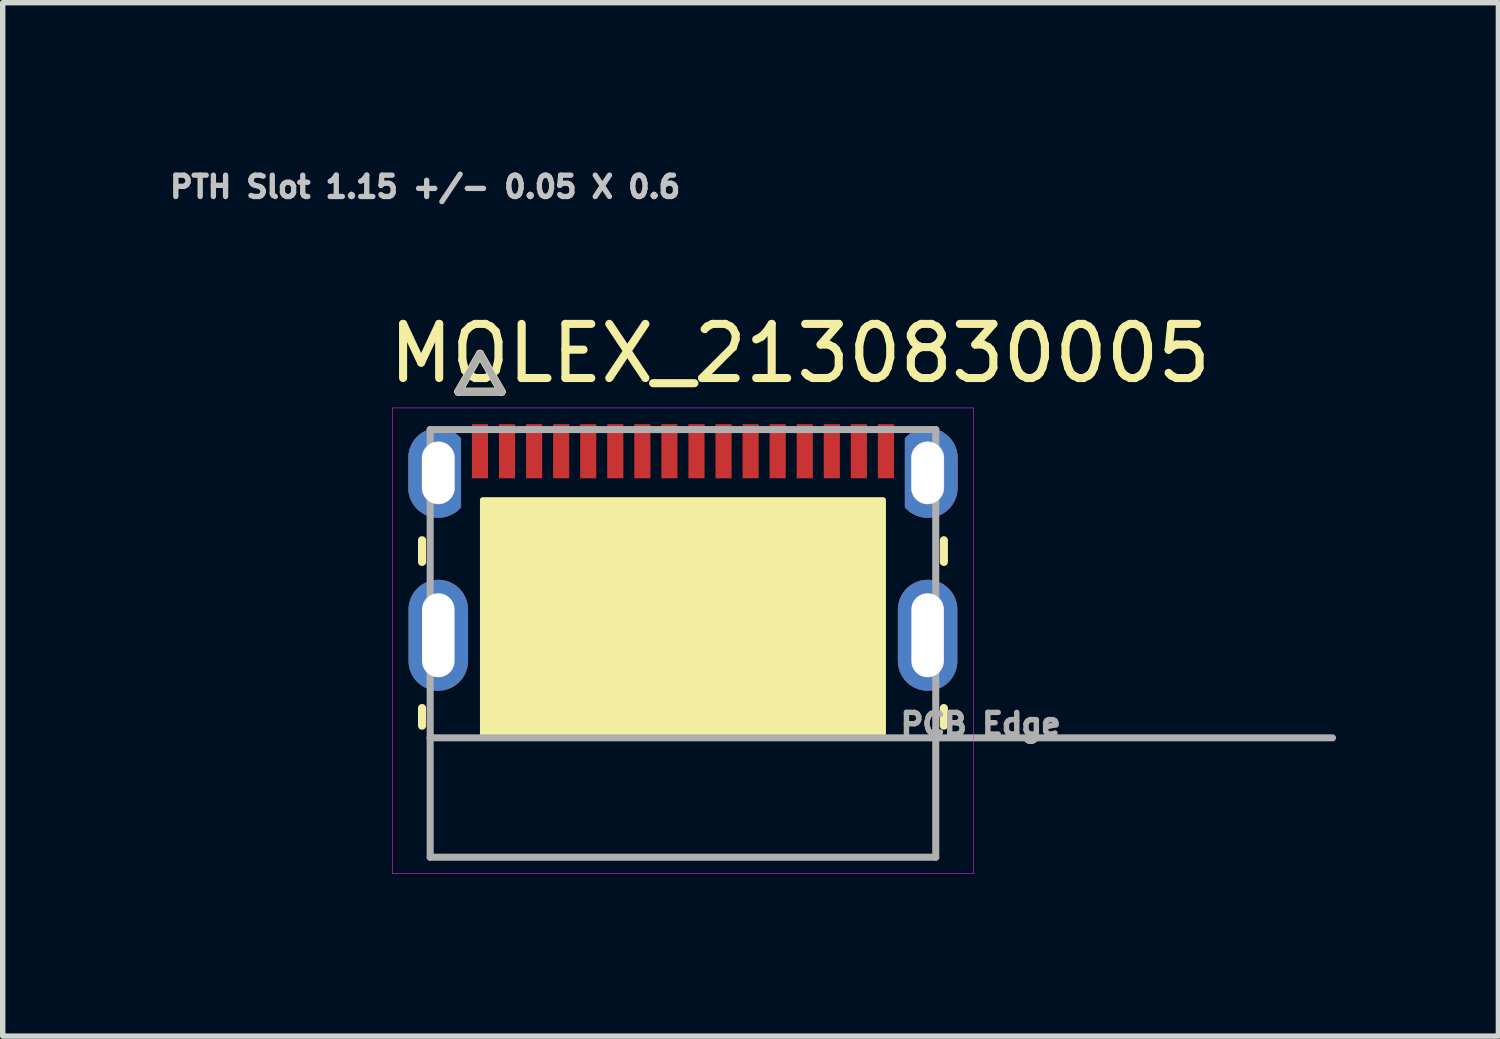
<source format=kicad_pcb>
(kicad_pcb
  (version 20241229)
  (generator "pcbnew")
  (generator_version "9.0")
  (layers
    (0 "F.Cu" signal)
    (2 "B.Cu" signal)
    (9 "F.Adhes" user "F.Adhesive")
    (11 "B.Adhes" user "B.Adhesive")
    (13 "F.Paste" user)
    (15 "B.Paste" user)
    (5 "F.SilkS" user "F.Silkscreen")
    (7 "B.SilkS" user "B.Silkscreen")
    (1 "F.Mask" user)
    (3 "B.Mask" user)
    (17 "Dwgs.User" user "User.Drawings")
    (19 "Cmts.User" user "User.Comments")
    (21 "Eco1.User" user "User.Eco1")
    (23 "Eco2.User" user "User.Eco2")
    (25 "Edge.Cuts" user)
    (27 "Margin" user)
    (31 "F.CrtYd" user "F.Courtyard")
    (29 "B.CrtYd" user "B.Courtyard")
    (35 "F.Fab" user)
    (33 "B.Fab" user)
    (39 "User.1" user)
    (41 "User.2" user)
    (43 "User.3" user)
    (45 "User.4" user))
  (footprint "MOLEX_2130830005"
    (layer "F.Cu")
    (at 9.567 8.686)
    (property "Reference" "MOLEX_2130830005" (at 2.163 -5.207 0) (layer "F.SilkS") (effects (font (size 1 1) (thickness 0.15))))
    (attr smd)
    (fp_poly (pts (xy -4.52 -3.825) (xy -4.549 -3.824) (xy -4.577 -3.822) (xy -4.606 -3.818) (xy -4.634 -3.813) (xy -4.662 -3.806) (xy -4.69 -3.798) (xy -4.717 -3.788) (xy -4.744 -3.777) (xy -4.77 -3.765) (xy -4.795 -3.751) (xy -4.82 -3.736) (xy -4.843 -3.72) (xy -4.866 -3.702) (xy -4.888 -3.684) (xy -4.909 -3.664) (xy -4.929 -3.643) (xy -4.947 -3.621) (xy -4.965 -3.598) (xy -4.981 -3.575) (xy -4.996 -3.55) (xy -5.01 -3.525) (xy -5.022 -3.499) (xy -5.033 -3.472) (xy -5.043 -3.445) (xy -5.051 -3.417) (xy -5.058 -3.389) (xy -5.063 -3.361) (xy -5.067 -3.332) (xy -5.069 -3.304) (xy -5.07 -3.275) (xy -5.07 -2.725) (xy -5.069 -2.696) (xy -5.067 -2.668) (xy -5.063 -2.639) (xy -5.058 -2.611) (xy -5.051 -2.583) (xy -5.043 -2.555) (xy -5.033 -2.528) (xy -5.022 -2.501) (xy -5.01 -2.475) (xy -4.996 -2.45) (xy -4.981 -2.425) (xy -4.965 -2.402) (xy -4.947 -2.379) (xy -4.929 -2.357) (xy -4.909 -2.336) (xy -4.888 -2.316) (xy -4.866 -2.298) (xy -4.843 -2.28) (xy -4.82 -2.264) (xy -4.795 -2.249) (xy -4.77 -2.235) (xy -4.744 -2.223) (xy -4.717 -2.212) (xy -4.69 -2.202) (xy -4.662 -2.194) (xy -4.634 -2.187) (xy -4.606 -2.182) (xy -4.577 -2.178) (xy -4.549 -2.176) (xy -4.52 -2.175) (xy -4.504 -2.175) (xy -4.489 -2.176) (xy -4.473 -2.177) (xy -4.457 -2.179) (xy -4.442 -2.181) (xy -4.426 -2.183) (xy -4.411 -2.186) (xy -4.396 -2.189) (xy -4.38 -2.193) (xy -4.365 -2.197) (xy -4.35 -2.202) (xy -4.336 -2.207) (xy -4.321 -2.212) (xy -4.306 -2.218) (xy -4.292 -2.225) (xy -4.278 -2.231) (xy -4.264 -2.238) (xy -4.25 -2.246) (xy -4.236 -2.254) (xy -4.223 -2.262) (xy -4.21 -2.271) (xy -4.197 -2.28) (xy -4.185 -2.289) (xy -4.172 -2.299) (xy -4.16 -2.309) (xy -4.149 -2.319) (xy -4.137 -2.33) (xy -4.126 -2.341) (xy -4.115 -2.352) (xy -4.104 -2.365) (xy -4.104 -3.635) (xy -4.115 -3.648) (xy -4.126 -3.659) (xy -4.137 -3.67) (xy -4.149 -3.681) (xy -4.16 -3.691) (xy -4.172 -3.701) (xy -4.185 -3.711) (xy -4.197 -3.72) (xy -4.21 -3.729) (xy -4.223 -3.738) (xy -4.236 -3.746) (xy -4.25 -3.754) (xy -4.264 -3.762) (xy -4.278 -3.769) (xy -4.292 -3.775) (xy -4.306 -3.782) (xy -4.321 -3.788) (xy -4.336 -3.793) (xy -4.35 -3.798) (xy -4.365 -3.803) (xy -4.38 -3.807) (xy -4.396 -3.811) (xy -4.411 -3.814) (xy -4.426 -3.817) (xy -4.442 -3.819) (xy -4.457 -3.821) (xy -4.473 -3.823) (xy -4.489 -3.824) (xy -4.504 -3.825) (xy -4.52 -3.825)) (stroke (width 0.01) (type solid)) (fill yes) (layer "F.Cu"))
    (fp_poly (pts (xy 4.52 -3.825) (xy 4.549 -3.824) (xy 4.577 -3.822) (xy 4.606 -3.818) (xy 4.634 -3.813) (xy 4.662 -3.806) (xy 4.69 -3.798) (xy 4.717 -3.788) (xy 4.744 -3.777) (xy 4.77 -3.765) (xy 4.795 -3.751) (xy 4.82 -3.736) (xy 4.843 -3.72) (xy 4.866 -3.702) (xy 4.888 -3.684) (xy 4.909 -3.664) (xy 4.929 -3.643) (xy 4.947 -3.621) (xy 4.965 -3.598) (xy 4.981 -3.575) (xy 4.996 -3.55) (xy 5.01 -3.525) (xy 5.022 -3.499) (xy 5.033 -3.472) (xy 5.043 -3.445) (xy 5.051 -3.417) (xy 5.058 -3.389) (xy 5.063 -3.361) (xy 5.067 -3.332) (xy 5.069 -3.304) (xy 5.07 -3.275) (xy 5.07 -2.725) (xy 5.069 -2.696) (xy 5.067 -2.668) (xy 5.063 -2.639) (xy 5.058 -2.611) (xy 5.051 -2.583) (xy 5.043 -2.555) (xy 5.033 -2.528) (xy 5.022 -2.501) (xy 5.01 -2.475) (xy 4.996 -2.45) (xy 4.981 -2.425) (xy 4.965 -2.402) (xy 4.947 -2.379) (xy 4.929 -2.357) (xy 4.909 -2.336) (xy 4.888 -2.316) (xy 4.866 -2.298) (xy 4.843 -2.28) (xy 4.82 -2.264) (xy 4.795 -2.249) (xy 4.77 -2.235) (xy 4.744 -2.223) (xy 4.717 -2.212) (xy 4.69 -2.202) (xy 4.662 -2.194) (xy 4.634 -2.187) (xy 4.606 -2.182) (xy 4.577 -2.178) (xy 4.549 -2.176) (xy 4.52 -2.175) (xy 4.504 -2.175) (xy 4.489 -2.176) (xy 4.473 -2.177) (xy 4.457 -2.179) (xy 4.442 -2.181) (xy 4.426 -2.183) (xy 4.411 -2.186) (xy 4.396 -2.189) (xy 4.38 -2.193) (xy 4.365 -2.197) (xy 4.35 -2.202) (xy 4.336 -2.207) (xy 4.321 -2.212) (xy 4.306 -2.218) (xy 4.292 -2.225) (xy 4.278 -2.231) (xy 4.264 -2.238) (xy 4.25 -2.246) (xy 4.236 -2.254) (xy 4.223 -2.262) (xy 4.21 -2.271) (xy 4.197 -2.28) (xy 4.185 -2.289) (xy 4.172 -2.299) (xy 4.16 -2.309) (xy 4.149 -2.319) (xy 4.137 -2.33) (xy 4.126 -2.341) (xy 4.115 -2.352) (xy 4.104 -2.365) (xy 4.104 -3.635) (xy 4.115 -3.648) (xy 4.126 -3.659) (xy 4.137 -3.67) (xy 4.149 -3.681) (xy 4.16 -3.691) (xy 4.172 -3.701) (xy 4.185 -3.711) (xy 4.197 -3.72) (xy 4.21 -3.729) (xy 4.223 -3.738) (xy 4.236 -3.746) (xy 4.25 -3.754) (xy 4.264 -3.762) (xy 4.278 -3.769) (xy 4.292 -3.775) (xy 4.306 -3.782) (xy 4.321 -3.788) (xy 4.336 -3.793) (xy 4.35 -3.798) (xy 4.365 -3.803) (xy 4.38 -3.807) (xy 4.396 -3.811) (xy 4.411 -3.814) (xy 4.426 -3.817) (xy 4.442 -3.819) (xy 4.457 -3.821) (xy 4.473 -3.823) (xy 4.489 -3.824) (xy 4.504 -3.825) (xy 4.52 -3.825)) (stroke (width 0.01) (type solid)) (fill yes) (layer "F.Cu"))
    (fp_poly (pts (xy -3.962 -3.963) (xy -3.538 -3.963) (xy -3.538 -2.837) (xy -3.962 -2.837)) (stroke (width 0.01) (type solid)) (fill yes) (layer "F.Mask"))
    (fp_poly (pts (xy -3.462 -3.963) (xy -3.038 -3.963) (xy -3.038 -2.837) (xy -3.462 -2.837)) (stroke (width 0.01) (type solid)) (fill yes) (layer "F.Mask"))
    (fp_poly (pts (xy -2.962 -3.963) (xy -2.538 -3.963) (xy -2.538 -2.837) (xy -2.962 -2.837)) (stroke (width 0.01) (type solid)) (fill yes) (layer "F.Mask"))
    (fp_poly (pts (xy -2.462 -3.963) (xy -2.038 -3.963) (xy -2.038 -2.837) (xy -2.462 -2.837)) (stroke (width 0.01) (type solid)) (fill yes) (layer "F.Mask"))
    (fp_poly (pts (xy -1.962 -3.963) (xy -1.538 -3.963) (xy -1.538 -2.837) (xy -1.962 -2.837)) (stroke (width 0.01) (type solid)) (fill yes) (layer "F.Mask"))
    (fp_poly (pts (xy -1.462 -3.963) (xy -1.038 -3.963) (xy -1.038 -2.837) (xy -1.462 -2.837)) (stroke (width 0.01) (type solid)) (fill yes) (layer "F.Mask"))
    (fp_poly (pts (xy -0.963 -3.963) (xy -0.537 -3.963) (xy -0.537 -2.837) (xy -0.963 -2.837)) (stroke (width 0.01) (type solid)) (fill yes) (layer "F.Mask"))
    (fp_poly (pts (xy -0.463 -3.963) (xy -0.037 -3.963) (xy -0.037 -2.837) (xy -0.463 -2.837)) (stroke (width 0.01) (type solid)) (fill yes) (layer "F.Mask"))
    (fp_poly (pts (xy 0.037 -3.963) (xy 0.463 -3.963) (xy 0.463 -2.837) (xy 0.037 -2.837)) (stroke (width 0.01) (type solid)) (fill yes) (layer "F.Mask"))
    (fp_poly (pts (xy 0.537 -3.963) (xy 0.963 -3.963) (xy 0.963 -2.837) (xy 0.537 -2.837)) (stroke (width 0.01) (type solid)) (fill yes) (layer "F.Mask"))
    (fp_poly (pts (xy 1.038 -3.963) (xy 1.462 -3.963) (xy 1.462 -2.837) (xy 1.038 -2.837)) (stroke (width 0.01) (type solid)) (fill yes) (layer "F.Mask"))
    (fp_poly (pts (xy 1.538 -3.963) (xy 1.962 -3.963) (xy 1.962 -2.837) (xy 1.538 -2.837)) (stroke (width 0.01) (type solid)) (fill yes) (layer "F.Mask"))
    (fp_poly (pts (xy 2.038 -3.963) (xy 2.462 -3.963) (xy 2.462 -2.837) (xy 2.038 -2.837)) (stroke (width 0.01) (type solid)) (fill yes) (layer "F.Mask"))
    (fp_poly (pts (xy 2.538 -3.963) (xy 2.962 -3.963) (xy 2.962 -2.837) (xy 2.538 -2.837)) (stroke (width 0.01) (type solid)) (fill yes) (layer "F.Mask"))
    (fp_poly (pts (xy 3.038 -3.963) (xy 3.462 -3.963) (xy 3.462 -2.837) (xy 3.038 -2.837)) (stroke (width 0.01) (type solid)) (fill yes) (layer "F.Mask"))
    (fp_poly (pts (xy 3.538 -3.963) (xy 3.962 -3.963) (xy 3.962 -2.837) (xy 3.538 -2.837)) (stroke (width 0.01) (type solid)) (fill yes) (layer "F.Mask"))
    (fp_poly (pts (xy -4.52 -3.889) (xy -4.552 -3.888) (xy -4.584 -3.885) (xy -4.616 -3.881) (xy -4.648 -3.875) (xy -4.679 -3.868) (xy -4.71 -3.858) (xy -4.74 -3.848) (xy -4.77 -3.835) (xy -4.799 -3.822) (xy -4.827 -3.806) (xy -4.854 -3.79) (xy -4.881 -3.771) (xy -4.906 -3.752) (xy -4.931 -3.731) (xy -4.954 -3.709) (xy -4.976 -3.686) (xy -4.997 -3.661) (xy -5.016 -3.636) (xy -5.035 -3.609) (xy -5.051 -3.582) (xy -5.067 -3.554) (xy -5.08 -3.525) (xy -5.093 -3.495) (xy -5.103 -3.465) (xy -5.113 -3.434) (xy -5.12 -3.403) (xy -5.126 -3.371) (xy -5.13 -3.339) (xy -5.133 -3.307) (xy -5.133 -3.275) (xy -5.133 -2.725) (xy -5.133 -2.693) (xy -5.13 -2.661) (xy -5.126 -2.629) (xy -5.12 -2.597) (xy -5.113 -2.566) (xy -5.103 -2.535) (xy -5.093 -2.505) (xy -5.08 -2.475) (xy -5.067 -2.446) (xy -5.051 -2.418) (xy -5.035 -2.391) (xy -5.016 -2.364) (xy -4.997 -2.339) (xy -4.976 -2.314) (xy -4.954 -2.291) (xy -4.931 -2.269) (xy -4.906 -2.248) (xy -4.881 -2.229) (xy -4.854 -2.21) (xy -4.827 -2.194) (xy -4.799 -2.178) (xy -4.77 -2.165) (xy -4.74 -2.152) (xy -4.71 -2.142) (xy -4.679 -2.132) (xy -4.648 -2.125) (xy -4.616 -2.119) (xy -4.584 -2.115) (xy -4.552 -2.112) (xy -4.52 -2.111) (xy -4.502 -2.112) (xy -4.484 -2.113) (xy -4.465 -2.114) (xy -4.447 -2.116) (xy -4.429 -2.118) (xy -4.411 -2.121) (xy -4.393 -2.125) (xy -4.376 -2.129) (xy -4.358 -2.133) (xy -4.341 -2.138) (xy -4.323 -2.144) (xy -4.306 -2.15) (xy -4.289 -2.157) (xy -4.272 -2.164) (xy -4.256 -2.171) (xy -4.24 -2.179) (xy -4.224 -2.188) (xy -4.208 -2.197) (xy -4.192 -2.206) (xy -4.177 -2.216) (xy -4.162 -2.227) (xy -4.147 -2.238) (xy -4.133 -2.249) (xy -4.119 -2.261) (xy -4.106 -2.273) (xy -4.092 -2.285) (xy -4.079 -2.298) (xy -4.067 -2.311) (xy -4.055 -2.325) (xy -4.04 -2.342) (xy -4.04 -3.658) (xy -4.055 -3.675) (xy -4.067 -3.689) (xy -4.079 -3.702) (xy -4.092 -3.715) (xy -4.106 -3.727) (xy -4.119 -3.739) (xy -4.133 -3.751) (xy -4.147 -3.762) (xy -4.162 -3.773) (xy -4.177 -3.784) (xy -4.192 -3.794) (xy -4.208 -3.803) (xy -4.224 -3.812) (xy -4.24 -3.821) (xy -4.256 -3.829) (xy -4.272 -3.836) (xy -4.289 -3.843) (xy -4.306 -3.85) (xy -4.323 -3.856) (xy -4.341 -3.862) (xy -4.358 -3.867) (xy -4.376 -3.871) (xy -4.393 -3.875) (xy -4.411 -3.879) (xy -4.429 -3.882) (xy -4.447 -3.884) (xy -4.465 -3.886) (xy -4.484 -3.887) (xy -4.502 -3.888) (xy -4.52 -3.889) (xy -4.52 -3.889)) (stroke (width 0.01) (type solid)) (fill yes) (layer "F.Mask"))
    (fp_poly (pts (xy 4.52 -3.889) (xy 4.552 -3.888) (xy 4.584 -3.885) (xy 4.616 -3.881) (xy 4.648 -3.875) (xy 4.679 -3.868) (xy 4.71 -3.858) (xy 4.74 -3.848) (xy 4.77 -3.835) (xy 4.799 -3.822) (xy 4.827 -3.806) (xy 4.854 -3.79) (xy 4.881 -3.771) (xy 4.906 -3.752) (xy 4.931 -3.731) (xy 4.954 -3.709) (xy 4.976 -3.686) (xy 4.997 -3.661) (xy 5.016 -3.636) (xy 5.035 -3.609) (xy 5.051 -3.582) (xy 5.067 -3.554) (xy 5.08 -3.525) (xy 5.093 -3.495) (xy 5.103 -3.465) (xy 5.113 -3.434) (xy 5.12 -3.403) (xy 5.126 -3.371) (xy 5.13 -3.339) (xy 5.133 -3.307) (xy 5.133 -3.275) (xy 5.133 -2.725) (xy 5.133 -2.693) (xy 5.13 -2.661) (xy 5.126 -2.629) (xy 5.12 -2.597) (xy 5.113 -2.566) (xy 5.103 -2.535) (xy 5.093 -2.505) (xy 5.08 -2.475) (xy 5.067 -2.446) (xy 5.051 -2.418) (xy 5.035 -2.391) (xy 5.016 -2.364) (xy 4.997 -2.339) (xy 4.976 -2.314) (xy 4.954 -2.291) (xy 4.931 -2.269) (xy 4.906 -2.248) (xy 4.881 -2.229) (xy 4.854 -2.21) (xy 4.827 -2.194) (xy 4.799 -2.178) (xy 4.77 -2.165) (xy 4.74 -2.152) (xy 4.71 -2.142) (xy 4.679 -2.132) (xy 4.648 -2.125) (xy 4.616 -2.119) (xy 4.584 -2.115) (xy 4.552 -2.112) (xy 4.52 -2.111) (xy 4.502 -2.112) (xy 4.484 -2.113) (xy 4.465 -2.114) (xy 4.447 -2.116) (xy 4.429 -2.118) (xy 4.411 -2.121) (xy 4.393 -2.125) (xy 4.376 -2.129) (xy 4.358 -2.133) (xy 4.341 -2.138) (xy 4.323 -2.144) (xy 4.306 -2.15) (xy 4.289 -2.157) (xy 4.272 -2.164) (xy 4.256 -2.171) (xy 4.24 -2.179) (xy 4.224 -2.188) (xy 4.208 -2.197) (xy 4.192 -2.206) (xy 4.177 -2.216) (xy 4.162 -2.227) (xy 4.147 -2.238) (xy 4.133 -2.249) (xy 4.119 -2.261) (xy 4.106 -2.273) (xy 4.092 -2.285) (xy 4.079 -2.298) (xy 4.067 -2.311) (xy 4.055 -2.325) (xy 4.04 -2.342) (xy 4.04 -3.658) (xy 4.055 -3.675) (xy 4.067 -3.689) (xy 4.079 -3.702) (xy 4.092 -3.715) (xy 4.106 -3.727) (xy 4.119 -3.739) (xy 4.133 -3.751) (xy 4.147 -3.762) (xy 4.162 -3.773) (xy 4.177 -3.784) (xy 4.192 -3.794) (xy 4.208 -3.803) (xy 4.224 -3.812) (xy 4.24 -3.821) (xy 4.256 -3.829) (xy 4.272 -3.836) (xy 4.289 -3.843) (xy 4.306 -3.85) (xy 4.323 -3.856) (xy 4.341 -3.862) (xy 4.358 -3.867) (xy 4.376 -3.871) (xy 4.393 -3.875) (xy 4.411 -3.879) (xy 4.429 -3.882) (xy 4.447 -3.884) (xy 4.465 -3.886) (xy 4.484 -3.887) (xy 4.502 -3.888) (xy 4.52 -3.889) (xy 4.52 -3.889)) (stroke (width 0.01) (type solid)) (fill yes) (layer "F.Mask"))
    (fp_poly (pts (xy -4.52 -3.825) (xy -4.549 -3.824) (xy -4.577 -3.822) (xy -4.606 -3.818) (xy -4.634 -3.813) (xy -4.662 -3.806) (xy -4.69 -3.798) (xy -4.717 -3.788) (xy -4.744 -3.777) (xy -4.77 -3.765) (xy -4.795 -3.751) (xy -4.82 -3.736) (xy -4.843 -3.72) (xy -4.866 -3.702) (xy -4.888 -3.684) (xy -4.909 -3.664) (xy -4.929 -3.643) (xy -4.947 -3.621) (xy -4.965 -3.598) (xy -4.981 -3.575) (xy -4.996 -3.55) (xy -5.01 -3.525) (xy -5.022 -3.499) (xy -5.033 -3.472) (xy -5.043 -3.445) (xy -5.051 -3.417) (xy -5.058 -3.389) (xy -5.063 -3.361) (xy -5.067 -3.332) (xy -5.069 -3.304) (xy -5.07 -3.275) (xy -5.07 -2.725) (xy -5.069 -2.696) (xy -5.067 -2.668) (xy -5.063 -2.639) (xy -5.058 -2.611) (xy -5.051 -2.583) (xy -5.043 -2.555) (xy -5.033 -2.528) (xy -5.022 -2.501) (xy -5.01 -2.475) (xy -4.996 -2.45) (xy -4.981 -2.425) (xy -4.965 -2.402) (xy -4.947 -2.379) (xy -4.929 -2.357) (xy -4.909 -2.336) (xy -4.888 -2.316) (xy -4.866 -2.298) (xy -4.843 -2.28) (xy -4.82 -2.264) (xy -4.795 -2.249) (xy -4.77 -2.235) (xy -4.744 -2.223) (xy -4.717 -2.212) (xy -4.69 -2.202) (xy -4.662 -2.194) (xy -4.634 -2.187) (xy -4.606 -2.182) (xy -4.577 -2.178) (xy -4.549 -2.176) (xy -4.52 -2.175) (xy -4.504 -2.175) (xy -4.489 -2.176) (xy -4.473 -2.177) (xy -4.457 -2.179) (xy -4.442 -2.181) (xy -4.426 -2.183) (xy -4.411 -2.186) (xy -4.396 -2.189) (xy -4.38 -2.193) (xy -4.365 -2.197) (xy -4.35 -2.202) (xy -4.336 -2.207) (xy -4.321 -2.212) (xy -4.306 -2.218) (xy -4.292 -2.225) (xy -4.278 -2.231) (xy -4.264 -2.238) (xy -4.25 -2.246) (xy -4.236 -2.254) (xy -4.223 -2.262) (xy -4.21 -2.271) (xy -4.197 -2.28) (xy -4.185 -2.289) (xy -4.172 -2.299) (xy -4.16 -2.309) (xy -4.149 -2.319) (xy -4.137 -2.33) (xy -4.126 -2.341) (xy -4.115 -2.352) (xy -4.104 -2.365) (xy -4.104 -3.635) (xy -4.115 -3.648) (xy -4.126 -3.659) (xy -4.137 -3.67) (xy -4.149 -3.681) (xy -4.16 -3.691) (xy -4.172 -3.701) (xy -4.185 -3.711) (xy -4.197 -3.72) (xy -4.21 -3.729) (xy -4.223 -3.738) (xy -4.236 -3.746) (xy -4.25 -3.754) (xy -4.264 -3.762) (xy -4.278 -3.769) (xy -4.292 -3.775) (xy -4.306 -3.782) (xy -4.321 -3.788) (xy -4.336 -3.793) (xy -4.35 -3.798) (xy -4.365 -3.803) (xy -4.38 -3.807) (xy -4.396 -3.811) (xy -4.411 -3.814) (xy -4.426 -3.817) (xy -4.442 -3.819) (xy -4.457 -3.821) (xy -4.473 -3.823) (xy -4.489 -3.824) (xy -4.504 -3.825) (xy -4.52 -3.825)) (stroke (width 0.01) (type solid)) (fill yes) (layer "B.Cu"))
    (fp_poly (pts (xy 4.52 -3.825) (xy 4.549 -3.824) (xy 4.577 -3.822) (xy 4.606 -3.818) (xy 4.634 -3.813) (xy 4.662 -3.806) (xy 4.69 -3.798) (xy 4.717 -3.788) (xy 4.744 -3.777) (xy 4.77 -3.765) (xy 4.795 -3.751) (xy 4.82 -3.736) (xy 4.843 -3.72) (xy 4.866 -3.702) (xy 4.888 -3.684) (xy 4.909 -3.664) (xy 4.929 -3.643) (xy 4.947 -3.621) (xy 4.965 -3.598) (xy 4.981 -3.575) (xy 4.996 -3.55) (xy 5.01 -3.525) (xy 5.022 -3.499) (xy 5.033 -3.472) (xy 5.043 -3.445) (xy 5.051 -3.417) (xy 5.058 -3.389) (xy 5.063 -3.361) (xy 5.067 -3.332) (xy 5.069 -3.304) (xy 5.07 -3.275) (xy 5.07 -2.725) (xy 5.069 -2.696) (xy 5.067 -2.668) (xy 5.063 -2.639) (xy 5.058 -2.611) (xy 5.051 -2.583) (xy 5.043 -2.555) (xy 5.033 -2.528) (xy 5.022 -2.501) (xy 5.01 -2.475) (xy 4.996 -2.45) (xy 4.981 -2.425) (xy 4.965 -2.402) (xy 4.947 -2.379) (xy 4.929 -2.357) (xy 4.909 -2.336) (xy 4.888 -2.316) (xy 4.866 -2.298) (xy 4.843 -2.28) (xy 4.82 -2.264) (xy 4.795 -2.249) (xy 4.77 -2.235) (xy 4.744 -2.223) (xy 4.717 -2.212) (xy 4.69 -2.202) (xy 4.662 -2.194) (xy 4.634 -2.187) (xy 4.606 -2.182) (xy 4.577 -2.178) (xy 4.549 -2.176) (xy 4.52 -2.175) (xy 4.504 -2.175) (xy 4.489 -2.176) (xy 4.473 -2.177) (xy 4.457 -2.179) (xy 4.442 -2.181) (xy 4.426 -2.183) (xy 4.411 -2.186) (xy 4.396 -2.189) (xy 4.38 -2.193) (xy 4.365 -2.197) (xy 4.35 -2.202) (xy 4.336 -2.207) (xy 4.321 -2.212) (xy 4.306 -2.218) (xy 4.292 -2.225) (xy 4.278 -2.231) (xy 4.264 -2.238) (xy 4.25 -2.246) (xy 4.236 -2.254) (xy 4.223 -2.262) (xy 4.21 -2.271) (xy 4.197 -2.28) (xy 4.185 -2.289) (xy 4.172 -2.299) (xy 4.16 -2.309) (xy 4.149 -2.319) (xy 4.137 -2.33) (xy 4.126 -2.341) (xy 4.115 -2.352) (xy 4.104 -2.365) (xy 4.104 -3.635) (xy 4.115 -3.648) (xy 4.126 -3.659) (xy 4.137 -3.67) (xy 4.149 -3.681) (xy 4.16 -3.691) (xy 4.172 -3.701) (xy 4.185 -3.711) (xy 4.197 -3.72) (xy 4.21 -3.729) (xy 4.223 -3.738) (xy 4.236 -3.746) (xy 4.25 -3.754) (xy 4.264 -3.762) (xy 4.278 -3.769) (xy 4.292 -3.775) (xy 4.306 -3.782) (xy 4.321 -3.788) (xy 4.336 -3.793) (xy 4.35 -3.798) (xy 4.365 -3.803) (xy 4.38 -3.807) (xy 4.396 -3.811) (xy 4.411 -3.814) (xy 4.426 -3.817) (xy 4.442 -3.819) (xy 4.457 -3.821) (xy 4.473 -3.823) (xy 4.489 -3.824) (xy 4.504 -3.825) (xy 4.52 -3.825)) (stroke (width 0.01) (type solid)) (fill yes) (layer "B.Cu"))
    (fp_poly (pts (xy -4.52 -3.889) (xy -4.552 -3.888) (xy -4.584 -3.885) (xy -4.616 -3.881) (xy -4.648 -3.875) (xy -4.679 -3.868) (xy -4.71 -3.858) (xy -4.74 -3.848) (xy -4.77 -3.835) (xy -4.799 -3.822) (xy -4.827 -3.806) (xy -4.854 -3.79) (xy -4.881 -3.771) (xy -4.906 -3.752) (xy -4.931 -3.731) (xy -4.954 -3.709) (xy -4.976 -3.686) (xy -4.997 -3.661) (xy -5.016 -3.636) (xy -5.035 -3.609) (xy -5.051 -3.582) (xy -5.067 -3.554) (xy -5.08 -3.525) (xy -5.093 -3.495) (xy -5.103 -3.465) (xy -5.113 -3.434) (xy -5.12 -3.403) (xy -5.126 -3.371) (xy -5.13 -3.339) (xy -5.133 -3.307) (xy -5.133 -3.275) (xy -5.133 -2.725) (xy -5.133 -2.693) (xy -5.13 -2.661) (xy -5.126 -2.629) (xy -5.12 -2.597) (xy -5.113 -2.566) (xy -5.103 -2.535) (xy -5.093 -2.505) (xy -5.08 -2.475) (xy -5.067 -2.446) (xy -5.051 -2.418) (xy -5.035 -2.391) (xy -5.016 -2.364) (xy -4.997 -2.339) (xy -4.976 -2.314) (xy -4.954 -2.291) (xy -4.931 -2.269) (xy -4.906 -2.248) (xy -4.881 -2.229) (xy -4.854 -2.21) (xy -4.827 -2.194) (xy -4.799 -2.178) (xy -4.77 -2.165) (xy -4.74 -2.152) (xy -4.71 -2.142) (xy -4.679 -2.132) (xy -4.648 -2.125) (xy -4.616 -2.119) (xy -4.584 -2.115) (xy -4.552 -2.112) (xy -4.52 -2.111) (xy -4.502 -2.112) (xy -4.484 -2.113) (xy -4.465 -2.114) (xy -4.447 -2.116) (xy -4.429 -2.118) (xy -4.411 -2.121) (xy -4.393 -2.125) (xy -4.376 -2.129) (xy -4.358 -2.133) (xy -4.341 -2.138) (xy -4.323 -2.144) (xy -4.306 -2.15) (xy -4.289 -2.157) (xy -4.272 -2.164) (xy -4.256 -2.171) (xy -4.24 -2.179) (xy -4.224 -2.188) (xy -4.208 -2.197) (xy -4.192 -2.206) (xy -4.177 -2.216) (xy -4.162 -2.227) (xy -4.147 -2.238) (xy -4.133 -2.249) (xy -4.119 -2.261) (xy -4.106 -2.273) (xy -4.092 -2.285) (xy -4.079 -2.298) (xy -4.067 -2.311) (xy -4.055 -2.325) (xy -4.04 -2.342) (xy -4.04 -3.658) (xy -4.055 -3.675) (xy -4.067 -3.689) (xy -4.079 -3.702) (xy -4.092 -3.715) (xy -4.106 -3.727) (xy -4.119 -3.739) (xy -4.133 -3.751) (xy -4.147 -3.762) (xy -4.162 -3.773) (xy -4.177 -3.784) (xy -4.192 -3.794) (xy -4.208 -3.803) (xy -4.224 -3.812) (xy -4.24 -3.821) (xy -4.256 -3.829) (xy -4.272 -3.836) (xy -4.289 -3.843) (xy -4.306 -3.85) (xy -4.323 -3.856) (xy -4.341 -3.862) (xy -4.358 -3.867) (xy -4.376 -3.871) (xy -4.393 -3.875) (xy -4.411 -3.879) (xy -4.429 -3.882) (xy -4.447 -3.884) (xy -4.465 -3.886) (xy -4.484 -3.887) (xy -4.502 -3.888) (xy -4.52 -3.889) (xy -4.52 -3.889)) (stroke (width 0.01) (type solid)) (fill yes) (layer "B.Mask"))
    (fp_poly (pts (xy 4.52 -3.889) (xy 4.552 -3.888) (xy 4.584 -3.885) (xy 4.616 -3.881) (xy 4.648 -3.875) (xy 4.679 -3.868) (xy 4.71 -3.858) (xy 4.74 -3.848) (xy 4.77 -3.835) (xy 4.799 -3.822) (xy 4.827 -3.806) (xy 4.854 -3.79) (xy 4.881 -3.771) (xy 4.906 -3.752) (xy 4.931 -3.731) (xy 4.954 -3.709) (xy 4.976 -3.686) (xy 4.997 -3.661) (xy 5.016 -3.636) (xy 5.035 -3.609) (xy 5.051 -3.582) (xy 5.067 -3.554) (xy 5.08 -3.525) (xy 5.093 -3.495) (xy 5.103 -3.465) (xy 5.113 -3.434) (xy 5.12 -3.403) (xy 5.126 -3.371) (xy 5.13 -3.339) (xy 5.133 -3.307) (xy 5.133 -3.275) (xy 5.133 -2.725) (xy 5.133 -2.693) (xy 5.13 -2.661) (xy 5.126 -2.629) (xy 5.12 -2.597) (xy 5.113 -2.566) (xy 5.103 -2.535) (xy 5.093 -2.505) (xy 5.08 -2.475) (xy 5.067 -2.446) (xy 5.051 -2.418) (xy 5.035 -2.391) (xy 5.016 -2.364) (xy 4.997 -2.339) (xy 4.976 -2.314) (xy 4.954 -2.291) (xy 4.931 -2.269) (xy 4.906 -2.248) (xy 4.881 -2.229) (xy 4.854 -2.21) (xy 4.827 -2.194) (xy 4.799 -2.178) (xy 4.77 -2.165) (xy 4.74 -2.152) (xy 4.71 -2.142) (xy 4.679 -2.132) (xy 4.648 -2.125) (xy 4.616 -2.119) (xy 4.584 -2.115) (xy 4.552 -2.112) (xy 4.52 -2.111) (xy 4.502 -2.112) (xy 4.484 -2.113) (xy 4.465 -2.114) (xy 4.447 -2.116) (xy 4.429 -2.118) (xy 4.411 -2.121) (xy 4.393 -2.125) (xy 4.376 -2.129) (xy 4.358 -2.133) (xy 4.341 -2.138) (xy 4.323 -2.144) (xy 4.306 -2.15) (xy 4.289 -2.157) (xy 4.272 -2.164) (xy 4.256 -2.171) (xy 4.24 -2.179) (xy 4.224 -2.188) (xy 4.208 -2.197) (xy 4.192 -2.206) (xy 4.177 -2.216) (xy 4.162 -2.227) (xy 4.147 -2.238) (xy 4.133 -2.249) (xy 4.119 -2.261) (xy 4.106 -2.273) (xy 4.092 -2.285) (xy 4.079 -2.298) (xy 4.067 -2.311) (xy 4.055 -2.325) (xy 4.04 -2.342) (xy 4.04 -3.658) (xy 4.055 -3.675) (xy 4.067 -3.689) (xy 4.079 -3.702) (xy 4.092 -3.715) (xy 4.106 -3.727) (xy 4.119 -3.739) (xy 4.133 -3.751) (xy 4.147 -3.762) (xy 4.162 -3.773) (xy 4.177 -3.784) (xy 4.192 -3.794) (xy 4.208 -3.803) (xy 4.224 -3.812) (xy 4.24 -3.821) (xy 4.256 -3.829) (xy 4.272 -3.836) (xy 4.289 -3.843) (xy 4.306 -3.85) (xy 4.323 -3.856) (xy 4.341 -3.862) (xy 4.358 -3.867) (xy 4.376 -3.871) (xy 4.393 -3.875) (xy 4.411 -3.879) (xy 4.429 -3.882) (xy 4.447 -3.884) (xy 4.465 -3.886) (xy 4.484 -3.887) (xy 4.502 -3.888) (xy 4.52 -3.889) (xy 4.52 -3.889)) (stroke (width 0.01) (type solid)) (fill yes) (layer "B.Mask"))
    (fp_line (start -4.82 -1.355) (end -4.82 -1.755) (stroke (width 0.15) (type solid)) (layer "F.SilkS"))
    (fp_line (start -4.82 1.345) (end -4.82 1.67) (stroke (width 0.15) (type solid)) (layer "F.SilkS"))
    (fp_line (start -4.15 -4.5) (end -3.35 -4.5) (stroke (width 0.15) (type solid)) (layer "F.SilkS"))
    (fp_line (start -3.75 -5.2) (end -4.15 -4.5) (stroke (width 0.15) (type solid)) (layer "F.SilkS"))
    (fp_line (start -3.35 -4.5) (end -3.75 -5.2) (stroke (width 0.15) (type solid)) (layer "F.SilkS"))
    (fp_line (start 4.82 -1.355) (end 4.82 -1.755) (stroke (width 0.15) (type solid)) (layer "F.SilkS"))
    (fp_line (start 4.82 1.345) (end 4.82 1.67) (stroke (width 0.15) (type solid)) (layer "F.SilkS"))
    (fp_rect (start -3.7 -2.5) (end 3.7 1.9) (stroke (width 0.1) (type solid)) (fill yes) (layer "F.SilkS"))
    (fp_line (start -4.82 -3.275) (end -4.82 -2.725) (stroke (width 0.01) (type solid)) (layer "Edge.Cuts"))
    (fp_line (start -4.22 -2.725) (end -4.22 -3.275) (stroke (width 0.01) (type solid)) (layer "Edge.Cuts"))
    (fp_line (start 4.22 -2.725) (end 4.22 -3.275) (stroke (width 0.01) (type solid)) (layer "Edge.Cuts"))
    (fp_line (start 4.82 -3.275) (end 4.82 -2.725) (stroke (width 0.01) (type solid)) (layer "Edge.Cuts"))
    (fp_arc (start -4.82 -3.275) (mid -4.732132 -3.487132) (end -4.52 -3.575) (stroke (width 0.01) (type solid)) (layer "Edge.Cuts"))
    (fp_arc (start -4.52 -3.575) (mid -4.307868 -3.487132) (end -4.22 -3.275) (stroke (width 0.01) (type solid)) (layer "Edge.Cuts"))
    (fp_arc (start -4.52 -2.425) (mid -4.732132 -2.512868) (end -4.82 -2.725) (stroke (width 0.01) (type solid)) (layer "Edge.Cuts"))
    (fp_arc (start -4.22 -2.725) (mid -4.307868 -2.512868) (end -4.52 -2.425) (stroke (width 0.01) (type solid)) (layer "Edge.Cuts"))
    (fp_arc (start 4.22 -3.275) (mid 4.307868 -3.487132) (end 4.52 -3.575) (stroke (width 0.01) (type solid)) (layer "Edge.Cuts"))
    (fp_arc (start 4.52 -3.575) (mid 4.732132 -3.487132) (end 4.82 -3.275) (stroke (width 0.01) (type solid)) (layer "Edge.Cuts"))
    (fp_arc (start 4.52 -2.425) (mid 4.307868 -2.512868) (end 4.22 -2.725) (stroke (width 0.01) (type solid)) (layer "Edge.Cuts"))
    (fp_arc (start 4.82 -2.725) (mid 4.732132 -2.512868) (end 4.52 -2.425) (stroke (width 0.01) (type solid)) (layer "Edge.Cuts"))
    (fp_line (start -5.37 -4.2) (end 5.37 -4.2) (stroke (width 0.01) (type solid)) (layer "F.CrtYd"))
    (fp_line (start -5.37 4.4) (end -5.37 -4.2) (stroke (width 0.01) (type solid)) (layer "F.CrtYd"))
    (fp_line (start -5.37 4.4) (end 5.37 4.4) (stroke (width 0.01) (type solid)) (layer "F.CrtYd"))
    (fp_line (start 5.37 -4.2) (end 5.37 4.4) (stroke (width 0.01) (type solid)) (layer "F.CrtYd"))
    (fp_line (start -4.67 -3.8) (end 4.67 -3.8) (stroke (width 0.13) (type solid)) (layer "F.Fab"))
    (fp_line (start -4.67 1.895) (end -4.67 -3.8) (stroke (width 0.13) (type solid)) (layer "F.Fab"))
    (fp_line (start -4.67 1.895) (end 12 1.895) (stroke (width 0.13) (type solid)) (layer "F.Fab"))
    (fp_line (start -4.67 4.1) (end -4.67 1.895) (stroke (width 0.13) (type solid)) (layer "F.Fab"))
    (fp_line (start -4.15 -4.5) (end -3.35 -4.5) (stroke (width 0.13) (type solid)) (layer "F.Fab"))
    (fp_line (start -3.75 -5.2) (end -4.15 -4.5) (stroke (width 0.13) (type solid)) (layer "F.Fab"))
    (fp_line (start -3.35 -4.5) (end -3.75 -5.2) (stroke (width 0.13) (type solid)) (layer "F.Fab"))
    (fp_line (start 4.67 -3.8) (end 4.67 4.1) (stroke (width 0.13) (type solid)) (layer "F.Fab"))
    (fp_line (start 4.67 4.1) (end -4.67 4.1) (stroke (width 0.13) (type solid)) (layer "F.Fab"))
    (fp_text user "PTH Slot 1.15 +/- 0.05 X 0.6" (at -4.763 -8.283 0) (layer "Dwgs.User") (effects (font (size 0.394 0.394) (thickness 0.15))))
    (fp_text user "PCB Edge" (at 5.5 1.645 0) (layer "F.Fab") (effects (font (size 0.4 0.4) (thickness 0.15))))
    (pad "A1" smd rect (at -3.75 -3.4) (size 0.298 1) (layers "F.Cu" "F.Paste"))
    (pad "A4" smd rect (at -2.75 -3.4) (size 0.298 1) (layers "F.Cu" "F.Paste"))
    (pad "A5" smd rect (at -1.75 -3.4) (size 0.298 1) (layers "F.Cu" "F.Paste"))
    (pad "A6" smd rect (at -0.75 -3.4) (size 0.298 1) (layers "F.Cu" "F.Paste"))
    (pad "A7" smd rect (at 0.75 -3.4) (size 0.298 1) (layers "F.Cu" "F.Paste"))
    (pad "A8" smd rect (at 1.75 -3.4) (size 0.298 1) (layers "F.Cu" "F.Paste"))
    (pad "A9" smd rect (at 2.75 -3.4) (size 0.298 1) (layers "F.Cu" "F.Paste"))
    (pad "A12" smd rect (at 3.75 -3.4) (size 0.298 1) (layers "F.Cu" "F.Paste"))
    (pad "B1" smd rect (at 3.25 -3.4) (size 0.298 1) (layers "F.Cu" "F.Paste"))
    (pad "B4" smd rect (at 2.25 -3.4) (size 0.298 1) (layers "F.Cu" "F.Paste"))
    (pad "B5" smd rect (at 1.25 -3.4) (size 0.298 1) (layers "F.Cu" "F.Paste"))
    (pad "B6" smd rect (at 0.25 -3.4) (size 0.298 1) (layers "F.Cu" "F.Paste"))
    (pad "B7" smd rect (at -0.25 -3.4) (size 0.298 1) (layers "F.Cu" "F.Paste"))
    (pad "B8" smd rect (at -1.25 -3.4) (size 0.298 1) (layers "F.Cu" "F.Paste"))
    (pad "B9" smd rect (at -2.25 -3.4) (size 0.298 1) (layers "F.Cu" "F.Paste"))
    (pad "B12" smd rect (at -3.25 -3.4) (size 0.298 1) (layers "F.Cu" "F.Paste"))
    (pad "SH1" thru_hole oval (at -4.52 -3) (size 0.8 1.35) (drill oval 0.6 1.15) (layers "*.Cu"))
    (pad "SH2" thru_hole oval (at 4.52 -3) (size 0.8 1.35) (drill oval 0.6 1.15) (layers "*.Cu"))
    (pad "SH3" thru_hole oval (at -4.52 0) (size 1.1 2.05) (drill oval 0.6 1.55) (layers "*.Cu" "*.Mask"))
    (pad "SH4" thru_hole oval (at 4.52 0) (size 1.1 2.05) (drill oval 0.6 1.55) (layers "*.Cu" "*.Mask"))
    (zone (net_name "") (layer "F.Cu") (hatch full 0.508) (connect_pads) (min_thickness 0.01) (filled_areas_thickness no) (keepout (tracks allowed) (vias not_allowed) (pads not_allowed) (copperpour allowed) (footprints allowed)) (placement (enabled no)) (fill) (polygon (pts (xy 5.867 7.686) (xy 13.267 7.686) (xy 13.267 10.586) (xy 5.867 10.586))))
    (zone (net_name "") (layers "F.Cu" "B.Cu") (hatch full 0.508) (connect_pads) (min_thickness 0.01) (filled_areas_thickness no) (keepout (tracks allowed) (vias not_allowed) (pads allowed) (copperpour allowed) (footprints allowed)) (placement (enabled no)) (fill) (polygon (pts (xy 5.867 7.681) (xy 13.267 7.681) (xy 13.267 10.581) (xy 5.867 10.581)))))
  (gr_rect
    (start -3 -3)
    (end 24.632 16.091)
    (stroke (width 0.1) (type default))
    (fill no)
    (layer "Edge.Cuts")))
</source>
